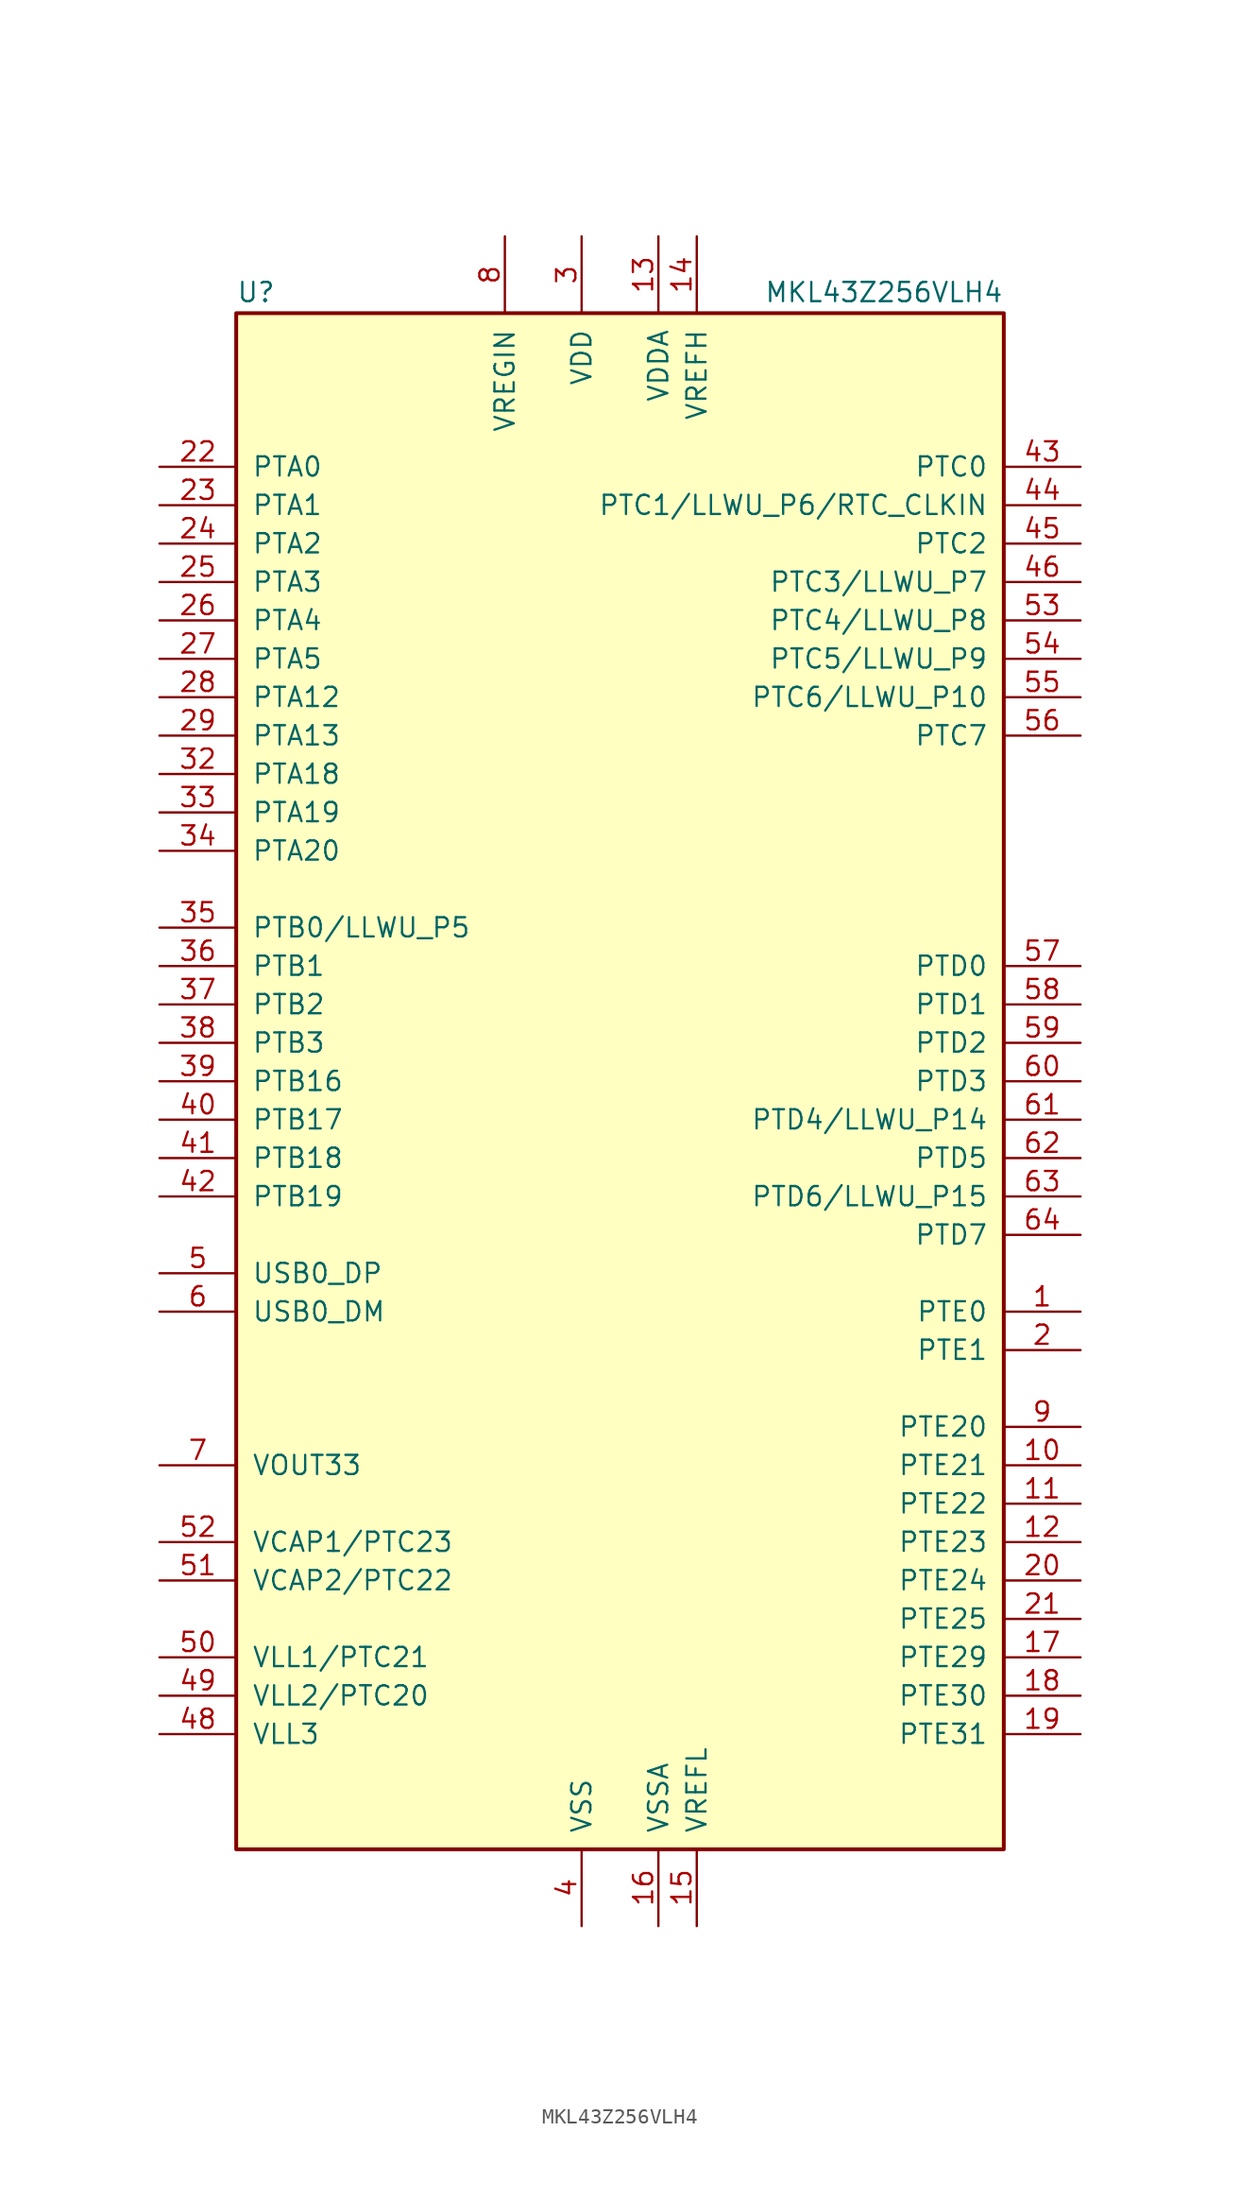
<source format=kicad_sym>
(kicad_symbol_lib
  (version 20241209)
  (generator "kicad_symbol_editor")
  (generator_version "9.0")
  (symbol "MKL43Z256VLH4"
    (pin_names
      (offset 1.016))
    (property "Reference" "U"
      (at -25.4 51.435 0)
      (effects (font (size 1.27 1.27)) (justify left bottom)))
    (property "Value" "MKL43Z256VLH4"
      (at 25.4 51.435 0)
      (effects (font (size 1.27 1.27)) (justify right bottom)))
    (symbol "MKL43Z256VLH4_0_1"
      (rectangle (start -25.4 50.8) (end 25.4 -50.8) (stroke (width 0.254) (type default)) (fill (type background))))
    (symbol "MKL43Z256VLH4_1_1"
      (pin bidirectional line (at -30.48 40.64 0) (length 5.08) (name "PTA0" (effects (font (size 1.27 1.27)))) (number "22" (effects (font (size 1.27 1.27)))))
      (pin bidirectional line (at -30.48 38.1 0) (length 5.08) (name "PTA1" (effects (font (size 1.27 1.27)))) (number "23" (effects (font (size 1.27 1.27)))))
      (pin bidirectional line (at -30.48 35.56 0) (length 5.08) (name "PTA2" (effects (font (size 1.27 1.27)))) (number "24" (effects (font (size 1.27 1.27)))))
      (pin bidirectional line (at -30.48 33.02 0) (length 5.08) (name "PTA3" (effects (font (size 1.27 1.27)))) (number "25" (effects (font (size 1.27 1.27)))))
      (pin bidirectional line (at -30.48 30.48 0) (length 5.08) (name "PTA4" (effects (font (size 1.27 1.27)))) (number "26" (effects (font (size 1.27 1.27)))))
      (pin bidirectional line (at -30.48 27.94 0) (length 5.08) (name "PTA5" (effects (font (size 1.27 1.27)))) (number "27" (effects (font (size 1.27 1.27)))))
      (pin bidirectional line (at -30.48 25.4 0) (length 5.08) (name "PTA12" (effects (font (size 1.27 1.27)))) (number "28" (effects (font (size 1.27 1.27)))))
      (pin bidirectional line (at -30.48 22.86 0) (length 5.08) (name "PTA13" (effects (font (size 1.27 1.27)))) (number "29" (effects (font (size 1.27 1.27)))))
      (pin bidirectional line (at -30.48 20.32 0) (length 5.08) (name "PTA18" (effects (font (size 1.27 1.27)))) (number "32" (effects (font (size 1.27 1.27)))))
      (pin bidirectional line (at -30.48 17.78 0) (length 5.08) (name "PTA19" (effects (font (size 1.27 1.27)))) (number "33" (effects (font (size 1.27 1.27)))))
      (pin bidirectional line (at -30.48 15.24 0) (length 5.08) (name "PTA20" (effects (font (size 1.27 1.27)))) (number "34" (effects (font (size 1.27 1.27)))))
      (pin bidirectional line (at -30.48 10.16 0) (length 5.08) (name "PTB0/LLWU_P5" (effects (font (size 1.27 1.27)))) (number "35" (effects (font (size 1.27 1.27)))))
      (pin bidirectional line (at -30.48 7.62 0) (length 5.08) (name "PTB1" (effects (font (size 1.27 1.27)))) (number "36" (effects (font (size 1.27 1.27)))))
      (pin bidirectional line (at -30.48 5.08 0) (length 5.08) (name "PTB2" (effects (font (size 1.27 1.27)))) (number "37" (effects (font (size 1.27 1.27)))))
      (pin bidirectional line (at -30.48 2.54 0) (length 5.08) (name "PTB3" (effects (font (size 1.27 1.27)))) (number "38" (effects (font (size 1.27 1.27)))))
      (pin bidirectional line (at -30.48 0 0) (length 5.08) (name "PTB16" (effects (font (size 1.27 1.27)))) (number "39" (effects (font (size 1.27 1.27)))))
      (pin bidirectional line (at -30.48 -2.54 0) (length 5.08) (name "PTB17" (effects (font (size 1.27 1.27)))) (number "40" (effects (font (size 1.27 1.27)))))
      (pin bidirectional line (at -30.48 -5.08 0) (length 5.08) (name "PTB18" (effects (font (size 1.27 1.27)))) (number "41" (effects (font (size 1.27 1.27)))))
      (pin bidirectional line (at -30.48 -7.62 0) (length 5.08) (name "PTB19" (effects (font (size 1.27 1.27)))) (number "42" (effects (font (size 1.27 1.27)))))
      (pin bidirectional line (at -30.48 -12.7 0) (length 5.08) (name "USB0_DP" (effects (font (size 1.27 1.27)))) (number "5" (effects (font (size 1.27 1.27)))))
      (pin bidirectional line (at -30.48 -15.24 0) (length 5.08) (name "USB0_DM" (effects (font (size 1.27 1.27)))) (number "6" (effects (font (size 1.27 1.27)))))
      (pin power_out line (at -30.48 -25.4 0) (length 5.08) (name "VOUT33" (effects (font (size 1.27 1.27)))) (number "7" (effects (font (size 1.27 1.27)))))
      (pin passive line (at -30.48 -30.48 0) (length 5.08) (name "VCAP1/PTC23" (effects (font (size 1.27 1.27)))) (number "52" (effects (font (size 1.27 1.27)))))
      (pin passive line (at -30.48 -33.02 0) (length 5.08) (name "VCAP2/PTC22" (effects (font (size 1.27 1.27)))) (number "51" (effects (font (size 1.27 1.27)))))
      (pin power_out line (at -30.48 -38.1 0) (length 5.08) (name "VLL1/PTC21" (effects (font (size 1.27 1.27)))) (number "50" (effects (font (size 1.27 1.27)))))
      (pin power_out line (at -30.48 -40.64 0) (length 5.08) (name "VLL2/PTC20" (effects (font (size 1.27 1.27)))) (number "49" (effects (font (size 1.27 1.27)))))
      (pin power_out line (at -30.48 -43.18 0) (length 5.08) (name "VLL3" (effects (font (size 1.27 1.27)))) (number "48" (effects (font (size 1.27 1.27)))))
      (pin power_in line (at -7.62 55.88 270) (length 5.08) (name "VREGIN" (effects (font (size 1.27 1.27)))) (number "8" (effects (font (size 1.27 1.27)))))
      (pin power_in line (at -2.54 55.88 270) (length 5.08) (name "VDD" (effects (font (size 1.27 1.27)))) (number "3" (effects (font (size 1.27 1.27)))))
      (pin passive line (at -2.54 55.88 270) (length 5.08) (hide yes) (name "VDD" (effects (font (size 1.27 1.27)))) (number "30" (effects (font (size 1.27 1.27)))))
      (pin passive line (at -2.54 -55.88 90) (length 5.08) (hide yes) (name "VSS" (effects (font (size 1.27 1.27)))) (number "31" (effects (font (size 1.27 1.27)))))
      (pin power_in line (at -2.54 -55.88 90) (length 5.08) (name "VSS" (effects (font (size 1.27 1.27)))) (number "4" (effects (font (size 1.27 1.27)))))
      (pin passive line (at -2.54 -55.88 90) (length 5.08) (hide yes) (name "VSS" (effects (font (size 1.27 1.27)))) (number "47" (effects (font (size 1.27 1.27)))))
      (pin power_in line (at 2.54 55.88 270) (length 5.08) (name "VDDA" (effects (font (size 1.27 1.27)))) (number "13" (effects (font (size 1.27 1.27)))))
      (pin power_in line (at 2.54 -55.88 90) (length 5.08) (name "VSSA" (effects (font (size 1.27 1.27)))) (number "16" (effects (font (size 1.27 1.27)))))
      (pin power_in line (at 5.08 55.88 270) (length 5.08) (name "VREFH" (effects (font (size 1.27 1.27)))) (number "14" (effects (font (size 1.27 1.27)))))
      (pin power_in line (at 5.08 -55.88 90) (length 5.08) (name "VREFL" (effects (font (size 1.27 1.27)))) (number "15" (effects (font (size 1.27 1.27)))))
      (pin bidirectional line (at 30.48 40.64 180) (length 5.08) (name "PTC0" (effects (font (size 1.27 1.27)))) (number "43" (effects (font (size 1.27 1.27)))))
      (pin bidirectional line (at 30.48 38.1 180) (length 5.08) (name "PTC1/LLWU_P6/RTC_CLKIN" (effects (font (size 1.27 1.27)))) (number "44" (effects (font (size 1.27 1.27)))))
      (pin bidirectional line (at 30.48 35.56 180) (length 5.08) (name "PTC2" (effects (font (size 1.27 1.27)))) (number "45" (effects (font (size 1.27 1.27)))))
      (pin bidirectional line (at 30.48 33.02 180) (length 5.08) (name "PTC3/LLWU_P7" (effects (font (size 1.27 1.27)))) (number "46" (effects (font (size 1.27 1.27)))))
      (pin bidirectional line (at 30.48 30.48 180) (length 5.08) (name "PTC4/LLWU_P8" (effects (font (size 1.27 1.27)))) (number "53" (effects (font (size 1.27 1.27)))))
      (pin bidirectional line (at 30.48 27.94 180) (length 5.08) (name "PTC5/LLWU_P9" (effects (font (size 1.27 1.27)))) (number "54" (effects (font (size 1.27 1.27)))))
      (pin bidirectional line (at 30.48 25.4 180) (length 5.08) (name "PTC6/LLWU_P10" (effects (font (size 1.27 1.27)))) (number "55" (effects (font (size 1.27 1.27)))))
      (pin bidirectional line (at 30.48 22.86 180) (length 5.08) (name "PTC7" (effects (font (size 1.27 1.27)))) (number "56" (effects (font (size 1.27 1.27)))))
      (pin bidirectional line (at 30.48 7.62 180) (length 5.08) (name "PTD0" (effects (font (size 1.27 1.27)))) (number "57" (effects (font (size 1.27 1.27)))))
      (pin bidirectional line (at 30.48 5.08 180) (length 5.08) (name "PTD1" (effects (font (size 1.27 1.27)))) (number "58" (effects (font (size 1.27 1.27)))))
      (pin bidirectional line (at 30.48 2.54 180) (length 5.08) (name "PTD2" (effects (font (size 1.27 1.27)))) (number "59" (effects (font (size 1.27 1.27)))))
      (pin bidirectional line (at 30.48 0 180) (length 5.08) (name "PTD3" (effects (font (size 1.27 1.27)))) (number "60" (effects (font (size 1.27 1.27)))))
      (pin bidirectional line (at 30.48 -2.54 180) (length 5.08) (name "PTD4/LLWU_P14" (effects (font (size 1.27 1.27)))) (number "61" (effects (font (size 1.27 1.27)))))
      (pin bidirectional line (at 30.48 -5.08 180) (length 5.08) (name "PTD5" (effects (font (size 1.27 1.27)))) (number "62" (effects (font (size 1.27 1.27)))))
      (pin bidirectional line (at 30.48 -7.62 180) (length 5.08) (name "PTD6/LLWU_P15" (effects (font (size 1.27 1.27)))) (number "63" (effects (font (size 1.27 1.27)))))
      (pin bidirectional line (at 30.48 -10.16 180) (length 5.08) (name "PTD7" (effects (font (size 1.27 1.27)))) (number "64" (effects (font (size 1.27 1.27)))))
      (pin bidirectional line (at 30.48 -15.24 180) (length 5.08) (name "PTE0" (effects (font (size 1.27 1.27)))) (number "1" (effects (font (size 1.27 1.27)))))
      (pin bidirectional line (at 30.48 -17.78 180) (length 5.08) (name "PTE1" (effects (font (size 1.27 1.27)))) (number "2" (effects (font (size 1.27 1.27)))))
      (pin bidirectional line (at 30.48 -22.86 180) (length 5.08) (name "PTE20" (effects (font (size 1.27 1.27)))) (number "9" (effects (font (size 1.27 1.27)))))
      (pin bidirectional line (at 30.48 -25.4 180) (length 5.08) (name "PTE21" (effects (font (size 1.27 1.27)))) (number "10" (effects (font (size 1.27 1.27)))))
      (pin bidirectional line (at 30.48 -27.94 180) (length 5.08) (name "PTE22" (effects (font (size 1.27 1.27)))) (number "11" (effects (font (size 1.27 1.27)))))
      (pin bidirectional line (at 30.48 -30.48 180) (length 5.08) (name "PTE23" (effects (font (size 1.27 1.27)))) (number "12" (effects (font (size 1.27 1.27)))))
      (pin bidirectional line (at 30.48 -33.02 180) (length 5.08) (name "PTE24" (effects (font (size 1.27 1.27)))) (number "20" (effects (font (size 1.27 1.27)))))
      (pin bidirectional line (at 30.48 -35.56 180) (length 5.08) (name "PTE25" (effects (font (size 1.27 1.27)))) (number "21" (effects (font (size 1.27 1.27)))))
      (pin bidirectional line (at 30.48 -38.1 180) (length 5.08) (name "PTE29" (effects (font (size 1.27 1.27)))) (number "17" (effects (font (size 1.27 1.27)))))
      (pin bidirectional line (at 30.48 -40.64 180) (length 5.08) (name "PTE30" (effects (font (size 1.27 1.27)))) (number "18" (effects (font (size 1.27 1.27)))))
      (pin bidirectional line (at 30.48 -43.18 180) (length 5.08) (name "PTE31" (effects (font (size 1.27 1.27)))) (number "19" (effects (font (size 1.27 1.27))))))))
</source>
